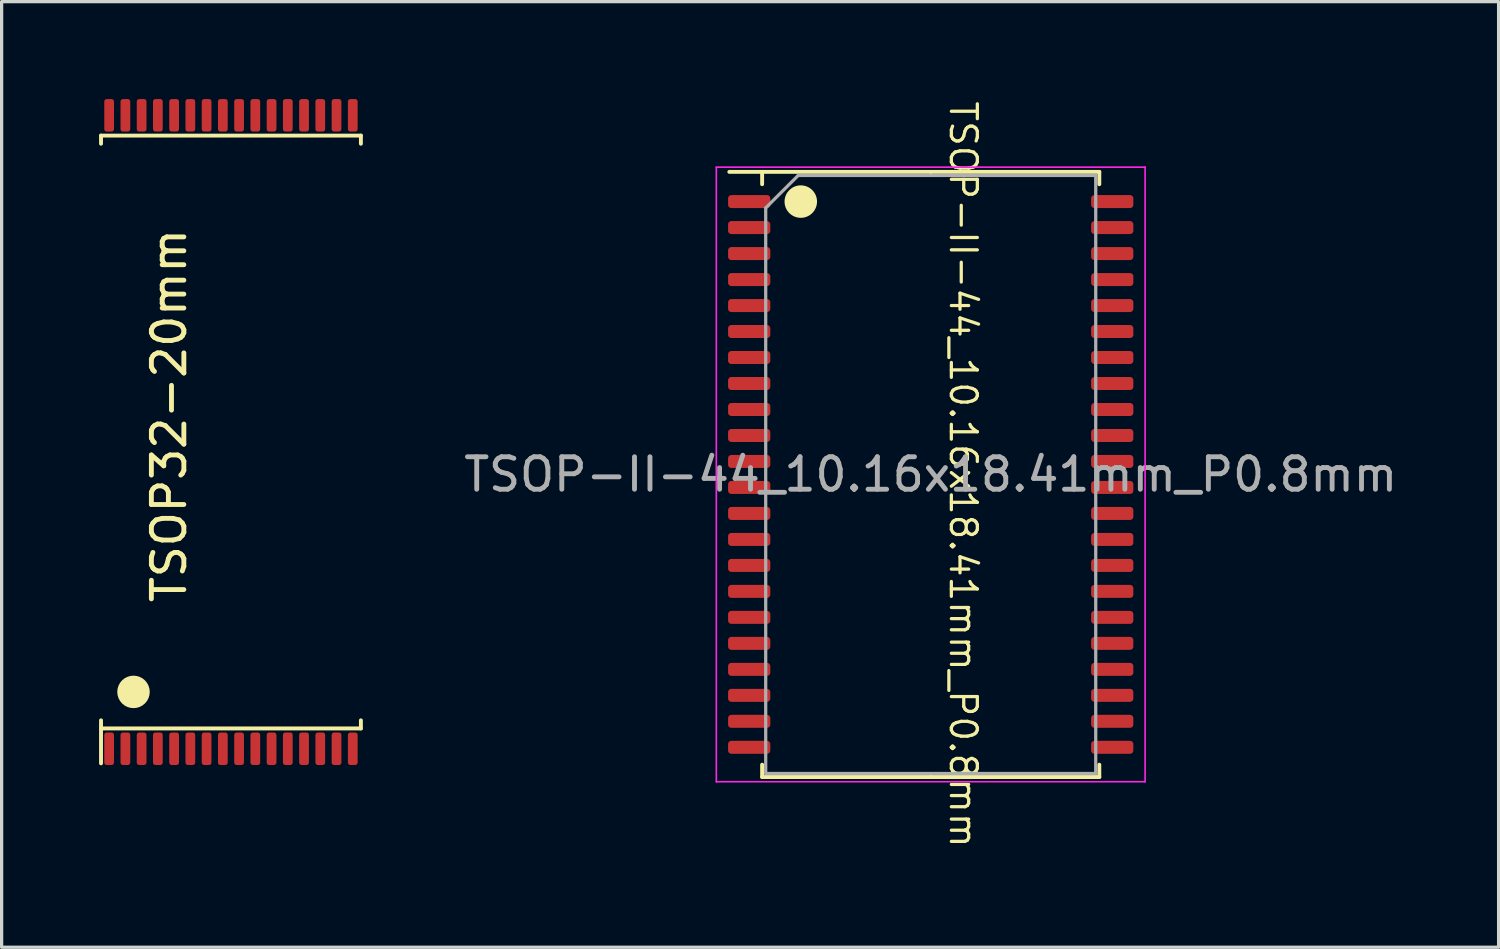
<source format=kicad_pcb>
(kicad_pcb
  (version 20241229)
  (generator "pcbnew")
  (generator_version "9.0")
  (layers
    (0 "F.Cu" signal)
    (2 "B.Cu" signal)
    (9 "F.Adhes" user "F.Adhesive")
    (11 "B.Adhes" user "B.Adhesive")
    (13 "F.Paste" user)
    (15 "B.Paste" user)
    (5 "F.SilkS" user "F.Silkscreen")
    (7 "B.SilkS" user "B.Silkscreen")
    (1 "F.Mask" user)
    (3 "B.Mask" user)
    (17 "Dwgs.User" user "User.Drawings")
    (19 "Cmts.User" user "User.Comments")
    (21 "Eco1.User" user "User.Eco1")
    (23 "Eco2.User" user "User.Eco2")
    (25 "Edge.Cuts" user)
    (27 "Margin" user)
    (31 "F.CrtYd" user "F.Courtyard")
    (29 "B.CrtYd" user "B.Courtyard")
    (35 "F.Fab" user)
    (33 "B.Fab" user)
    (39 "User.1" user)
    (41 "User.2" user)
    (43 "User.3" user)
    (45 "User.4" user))
  (footprint "TSOP-II-44_10.16x18.41mm_P0.8mm"
    (layer "F.Cu")
    (at 25.602 11.556)
    (property "Reference" "TSOP-II-44_10.16x18.41mm_P0.8mm" (at 1 0 270) (unlocked yes) (layer "F.SilkS") (effects (font (size 0.8 0.8) (thickness 0.1))))
    (attr smd)
    (fp_line (start -5.19 -9.315) (end -5.19 -8.935) (stroke (width 0.12) (type solid)) (layer "F.SilkS"))
    (fp_line (start -5.19 9.315) (end -5.19 8.935) (stroke (width 0.12) (type solid)) (layer "F.SilkS"))
    (fp_line (start 0 -9.315) (end -6.2 -9.315) (stroke (width 0.12) (type solid)) (layer "F.SilkS"))
    (fp_line (start 0 -9.315) (end 5.19 -9.315) (stroke (width 0.12) (type solid)) (layer "F.SilkS"))
    (fp_line (start 0 9.315) (end -5.19 9.315) (stroke (width 0.12) (type solid)) (layer "F.SilkS"))
    (fp_line (start 0 9.315) (end 5.19 9.315) (stroke (width 0.12) (type solid)) (layer "F.SilkS"))
    (fp_line (start 5.19 -9.315) (end 5.19 -8.935) (stroke (width 0.12) (type solid)) (layer "F.SilkS"))
    (fp_line (start 5.19 9.315) (end 5.19 8.935) (stroke (width 0.12) (type solid)) (layer "F.SilkS"))
    (fp_circle (center -4 -8.4) (end -3.5 -8.4) (stroke (width 0) (type solid)) (fill yes) (layer "F.SilkS"))
    (fp_line (start -6.6 -9.46) (end -6.6 9.46) (stroke (width 0.05) (type solid)) (layer "F.CrtYd"))
    (fp_line (start -6.6 9.46) (end 6.6 9.46) (stroke (width 0.05) (type solid)) (layer "F.CrtYd"))
    (fp_line (start 6.6 -9.46) (end -6.6 -9.46) (stroke (width 0.05) (type solid)) (layer "F.CrtYd"))
    (fp_line (start 6.6 9.46) (end 6.6 -9.46) (stroke (width 0.05) (type solid)) (layer "F.CrtYd"))
    (fp_line (start -5.08 -8.205) (end -4.08 -9.205) (stroke (width 0.1) (type solid)) (layer "F.Fab"))
    (fp_line (start -5.08 9.205) (end -5.08 -8.205) (stroke (width 0.1) (type solid)) (layer "F.Fab"))
    (fp_line (start -4.08 -9.205) (end 5.08 -9.205) (stroke (width 0.1) (type solid)) (layer "F.Fab"))
    (fp_line (start 5.08 -9.205) (end 5.08 9.205) (stroke (width 0.1) (type solid)) (layer "F.Fab"))
    (fp_line (start 5.08 9.205) (end -5.08 9.205) (stroke (width 0.1) (type solid)) (layer "F.Fab"))
    (fp_text user "${REFERENCE}" (at 0 0 0) (layer "F.Fab") (effects (font (size 1 1) (thickness 0.15))))
    (pad "1" smd roundrect (at -5.588 -8.4) (size 1.3 0.4) (layers "F.Cu" "F.Mask" "F.Paste") (roundrect_rratio 0.25))
    (pad "2" smd roundrect (at -5.588 -7.6) (size 1.3 0.4) (layers "F.Cu" "F.Mask" "F.Paste") (roundrect_rratio 0.25))
    (pad "3" smd roundrect (at -5.588 -6.8) (size 1.3 0.4) (layers "F.Cu" "F.Mask" "F.Paste") (roundrect_rratio 0.25))
    (pad "4" smd roundrect (at -5.588 -6) (size 1.3 0.4) (layers "F.Cu" "F.Mask" "F.Paste") (roundrect_rratio 0.25))
    (pad "5" smd roundrect (at -5.588 -5.2) (size 1.3 0.4) (layers "F.Cu" "F.Mask" "F.Paste") (roundrect_rratio 0.25))
    (pad "6" smd roundrect (at -5.588 -4.4) (size 1.3 0.4) (layers "F.Cu" "F.Mask" "F.Paste") (roundrect_rratio 0.25))
    (pad "7" smd roundrect (at -5.588 -3.6) (size 1.3 0.4) (layers "F.Cu" "F.Mask" "F.Paste") (roundrect_rratio 0.25))
    (pad "8" smd roundrect (at -5.588 -2.8) (size 1.3 0.4) (layers "F.Cu" "F.Mask" "F.Paste") (roundrect_rratio 0.25))
    (pad "9" smd roundrect (at -5.588 -2) (size 1.3 0.4) (layers "F.Cu" "F.Mask" "F.Paste") (roundrect_rratio 0.25))
    (pad "10" smd roundrect (at -5.588 -1.2) (size 1.3 0.4) (layers "F.Cu" "F.Mask" "F.Paste") (roundrect_rratio 0.25))
    (pad "11" smd roundrect (at -5.588 -0.4) (size 1.3 0.4) (layers "F.Cu" "F.Mask" "F.Paste") (roundrect_rratio 0.25))
    (pad "12" smd roundrect (at -5.588 0.4) (size 1.3 0.4) (layers "F.Cu" "F.Mask" "F.Paste") (roundrect_rratio 0.25))
    (pad "13" smd roundrect (at -5.588 1.2) (size 1.3 0.4) (layers "F.Cu" "F.Mask" "F.Paste") (roundrect_rratio 0.25))
    (pad "14" smd roundrect (at -5.588 2) (size 1.3 0.4) (layers "F.Cu" "F.Mask" "F.Paste") (roundrect_rratio 0.25))
    (pad "15" smd roundrect (at -5.588 2.8) (size 1.3 0.4) (layers "F.Cu" "F.Mask" "F.Paste") (roundrect_rratio 0.25))
    (pad "16" smd roundrect (at -5.588 3.6) (size 1.3 0.4) (layers "F.Cu" "F.Mask" "F.Paste") (roundrect_rratio 0.25))
    (pad "17" smd roundrect (at -5.588 4.4) (size 1.3 0.4) (layers "F.Cu" "F.Mask" "F.Paste") (roundrect_rratio 0.25))
    (pad "18" smd roundrect (at -5.588 5.2) (size 1.3 0.4) (layers "F.Cu" "F.Mask" "F.Paste") (roundrect_rratio 0.25))
    (pad "19" smd roundrect (at -5.588 6) (size 1.3 0.4) (layers "F.Cu" "F.Mask" "F.Paste") (roundrect_rratio 0.25))
    (pad "20" smd roundrect (at -5.588 6.8) (size 1.3 0.4) (layers "F.Cu" "F.Mask" "F.Paste") (roundrect_rratio 0.25))
    (pad "21" smd roundrect (at -5.588 7.6) (size 1.3 0.4) (layers "F.Cu" "F.Mask" "F.Paste") (roundrect_rratio 0.25))
    (pad "22" smd roundrect (at -5.588 8.4) (size 1.3 0.4) (layers "F.Cu" "F.Mask" "F.Paste") (roundrect_rratio 0.25))
    (pad "23" smd roundrect (at 5.588 8.4) (size 1.3 0.4) (layers "F.Cu" "F.Mask" "F.Paste") (roundrect_rratio 0.25))
    (pad "24" smd roundrect (at 5.588 7.6) (size 1.3 0.4) (layers "F.Cu" "F.Mask" "F.Paste") (roundrect_rratio 0.25))
    (pad "25" smd roundrect (at 5.588 6.8) (size 1.3 0.4) (layers "F.Cu" "F.Mask" "F.Paste") (roundrect_rratio 0.25))
    (pad "26" smd roundrect (at 5.588 6) (size 1.3 0.4) (layers "F.Cu" "F.Mask" "F.Paste") (roundrect_rratio 0.25))
    (pad "27" smd roundrect (at 5.588 5.2) (size 1.3 0.4) (layers "F.Cu" "F.Mask" "F.Paste") (roundrect_rratio 0.25))
    (pad "28" smd roundrect (at 5.588 4.4) (size 1.3 0.4) (layers "F.Cu" "F.Mask" "F.Paste") (roundrect_rratio 0.25))
    (pad "29" smd roundrect (at 5.588 3.6) (size 1.3 0.4) (layers "F.Cu" "F.Mask" "F.Paste") (roundrect_rratio 0.25))
    (pad "30" smd roundrect (at 5.588 2.8) (size 1.3 0.4) (layers "F.Cu" "F.Mask" "F.Paste") (roundrect_rratio 0.25))
    (pad "31" smd roundrect (at 5.588 2) (size 1.3 0.4) (layers "F.Cu" "F.Mask" "F.Paste") (roundrect_rratio 0.25))
    (pad "32" smd roundrect (at 5.588 1.2) (size 1.3 0.4) (layers "F.Cu" "F.Mask" "F.Paste") (roundrect_rratio 0.25))
    (pad "33" smd roundrect (at 5.588 0.4) (size 1.3 0.4) (layers "F.Cu" "F.Mask" "F.Paste") (roundrect_rratio 0.25))
    (pad "34" smd roundrect (at 5.588 -0.4) (size 1.3 0.4) (layers "F.Cu" "F.Mask" "F.Paste") (roundrect_rratio 0.25))
    (pad "35" smd roundrect (at 5.588 -1.2) (size 1.3 0.4) (layers "F.Cu" "F.Mask" "F.Paste") (roundrect_rratio 0.25))
    (pad "36" smd roundrect (at 5.588 -2) (size 1.3 0.4) (layers "F.Cu" "F.Mask" "F.Paste") (roundrect_rratio 0.25))
    (pad "37" smd roundrect (at 5.588 -2.8) (size 1.3 0.4) (layers "F.Cu" "F.Mask" "F.Paste") (roundrect_rratio 0.25))
    (pad "38" smd roundrect (at 5.588 -3.6) (size 1.3 0.4) (layers "F.Cu" "F.Mask" "F.Paste") (roundrect_rratio 0.25))
    (pad "39" smd roundrect (at 5.588 -4.4) (size 1.3 0.4) (layers "F.Cu" "F.Mask" "F.Paste") (roundrect_rratio 0.25))
    (pad "40" smd roundrect (at 5.588 -5.2) (size 1.3 0.4) (layers "F.Cu" "F.Mask" "F.Paste") (roundrect_rratio 0.25))
    (pad "41" smd roundrect (at 5.588 -6) (size 1.3 0.4) (layers "F.Cu" "F.Mask" "F.Paste") (roundrect_rratio 0.25))
    (pad "42" smd roundrect (at 5.588 -6.8) (size 1.3 0.4) (layers "F.Cu" "F.Mask" "F.Paste") (roundrect_rratio 0.25))
    (pad "43" smd roundrect (at 5.588 -7.6) (size 1.3 0.4) (layers "F.Cu" "F.Mask" "F.Paste") (roundrect_rratio 0.25))
    (pad "44" smd roundrect (at 5.588 -8.4) (size 1.3 0.4) (layers "F.Cu" "F.Mask" "F.Paste") (roundrect_rratio 0.25)))
  (footprint "TSOP32-20mm"
    (layer "F.Cu")
    (at 4.06 10.25)
    (property "Reference" "TSOP32-20mm" (at -1.905 -0.508 90) (layer "F.SilkS") (effects (font (size 1 1) (thickness 0.15))))
    (attr smd)
    (fp_line (start -4 -9.125) (end -4 -8.875) (stroke (width 0.12) (type solid)) (layer "F.SilkS"))
    (fp_line (start -4 9.125) (end 4 9.125) (stroke (width 0.12) (type solid)) (layer "F.SilkS"))
    (fp_line (start -4 10.2) (end -4 8.875) (stroke (width 0.12) (type solid)) (layer "F.SilkS"))
    (fp_line (start 4 -9.125) (end -4 -9.125) (stroke (width 0.12) (type solid)) (layer "F.SilkS"))
    (fp_line (start 4 -9.125) (end 4 -8.875) (stroke (width 0.12) (type solid)) (layer "F.SilkS"))
    (fp_line (start 4 9.125) (end 4 8.875) (stroke (width 0.12) (type solid)) (layer "F.SilkS"))
    (fp_circle (center -3 8) (end -2.75 8) (stroke (width 0.5) (type solid)) (fill no) (layer "F.SilkS"))
    (pad "1" smd roundrect (at -3.75 9.75) (size 0.3 1) (layers "F.Cu" "F.Mask" "F.Paste") (roundrect_rratio 0.25))
    (pad "2" smd roundrect (at -3.25 9.75) (size 0.3 1) (layers "F.Cu" "F.Mask" "F.Paste") (roundrect_rratio 0.25))
    (pad "3" smd roundrect (at -2.75 9.75) (size 0.3 1) (layers "F.Cu" "F.Mask" "F.Paste") (roundrect_rratio 0.25))
    (pad "4" smd roundrect (at -2.25 9.75) (size 0.3 1) (layers "F.Cu" "F.Mask" "F.Paste") (roundrect_rratio 0.25))
    (pad "5" smd roundrect (at -1.75 9.75) (size 0.3 1) (layers "F.Cu" "F.Mask" "F.Paste") (roundrect_rratio 0.25))
    (pad "6" smd roundrect (at -1.25 9.75) (size 0.3 1) (layers "F.Cu" "F.Mask" "F.Paste") (roundrect_rratio 0.25))
    (pad "7" smd roundrect (at -0.75 9.75) (size 0.3 1) (layers "F.Cu" "F.Mask" "F.Paste") (roundrect_rratio 0.25))
    (pad "8" smd roundrect (at -0.25 9.75) (size 0.3 1) (layers "F.Cu" "F.Mask" "F.Paste") (roundrect_rratio 0.25))
    (pad "9" smd roundrect (at 0.25 9.75) (size 0.3 1) (layers "F.Cu" "F.Mask" "F.Paste") (roundrect_rratio 0.25))
    (pad "10" smd roundrect (at 0.75 9.75) (size 0.3 1) (layers "F.Cu" "F.Mask" "F.Paste") (roundrect_rratio 0.25))
    (pad "11" smd roundrect (at 1.25 9.75) (size 0.3 1) (layers "F.Cu" "F.Mask" "F.Paste") (roundrect_rratio 0.25))
    (pad "12" smd roundrect (at 1.75 9.75) (size 0.3 1) (layers "F.Cu" "F.Mask" "F.Paste") (roundrect_rratio 0.25))
    (pad "13" smd roundrect (at 2.25 9.75) (size 0.3 1) (layers "F.Cu" "F.Mask" "F.Paste") (roundrect_rratio 0.25))
    (pad "14" smd roundrect (at 2.75 9.75) (size 0.3 1) (layers "F.Cu" "F.Mask" "F.Paste") (roundrect_rratio 0.25))
    (pad "15" smd roundrect (at 3.25 9.75) (size 0.3 1) (layers "F.Cu" "F.Mask" "F.Paste") (roundrect_rratio 0.25))
    (pad "16" smd roundrect (at 3.75 9.75) (size 0.3 1) (layers "F.Cu" "F.Mask" "F.Paste") (roundrect_rratio 0.25))
    (pad "17" smd roundrect (at 3.75 -9.75) (size 0.3 1) (layers "F.Cu" "F.Mask" "F.Paste") (roundrect_rratio 0.25))
    (pad "18" smd roundrect (at 3.25 -9.75) (size 0.3 1) (layers "F.Cu" "F.Mask" "F.Paste") (roundrect_rratio 0.25))
    (pad "19" smd roundrect (at 2.75 -9.75) (size 0.3 1) (layers "F.Cu" "F.Mask" "F.Paste") (roundrect_rratio 0.25))
    (pad "20" smd roundrect (at 2.25 -9.75) (size 0.3 1) (layers "F.Cu" "F.Mask" "F.Paste") (roundrect_rratio 0.25))
    (pad "21" smd roundrect (at 1.75 -9.75) (size 0.3 1) (layers "F.Cu" "F.Mask" "F.Paste") (roundrect_rratio 0.25))
    (pad "22" smd roundrect (at 1.25 -9.75) (size 0.3 1) (layers "F.Cu" "F.Mask" "F.Paste") (roundrect_rratio 0.25))
    (pad "23" smd roundrect (at 0.75 -9.75) (size 0.3 1) (layers "F.Cu" "F.Mask" "F.Paste") (roundrect_rratio 0.25))
    (pad "24" smd roundrect (at 0.25 -9.75) (size 0.3 1) (layers "F.Cu" "F.Mask" "F.Paste") (roundrect_rratio 0.25))
    (pad "25" smd roundrect (at -0.25 -9.75) (size 0.3 1) (layers "F.Cu" "F.Mask" "F.Paste") (roundrect_rratio 0.25))
    (pad "26" smd roundrect (at -0.75 -9.75) (size 0.3 1) (layers "F.Cu" "F.Mask" "F.Paste") (roundrect_rratio 0.25))
    (pad "27" smd roundrect (at -1.25 -9.75) (size 0.3 1) (layers "F.Cu" "F.Mask" "F.Paste") (roundrect_rratio 0.25))
    (pad "28" smd roundrect (at -1.75 -9.75) (size 0.3 1) (layers "F.Cu" "F.Mask" "F.Paste") (roundrect_rratio 0.25))
    (pad "29" smd roundrect (at -2.25 -9.75) (size 0.3 1) (layers "F.Cu" "F.Mask" "F.Paste") (roundrect_rratio 0.25))
    (pad "30" smd roundrect (at -2.75 -9.75) (size 0.3 1) (layers "F.Cu" "F.Mask" "F.Paste") (roundrect_rratio 0.25))
    (pad "31" smd roundrect (at -3.25 -9.75) (size 0.3 1) (layers "F.Cu" "F.Mask" "F.Paste") (roundrect_rratio 0.25))
    (pad "32" smd roundrect (at -3.75 -9.75) (size 0.3 1) (layers "F.Cu" "F.Mask" "F.Paste") (roundrect_rratio 0.25)))
  (gr_rect
    (start -3 -3)
    (end 43.084 26.111)
    (stroke (width 0.1) (type default))
    (fill no)
    (layer "Edge.Cuts")))
</source>
